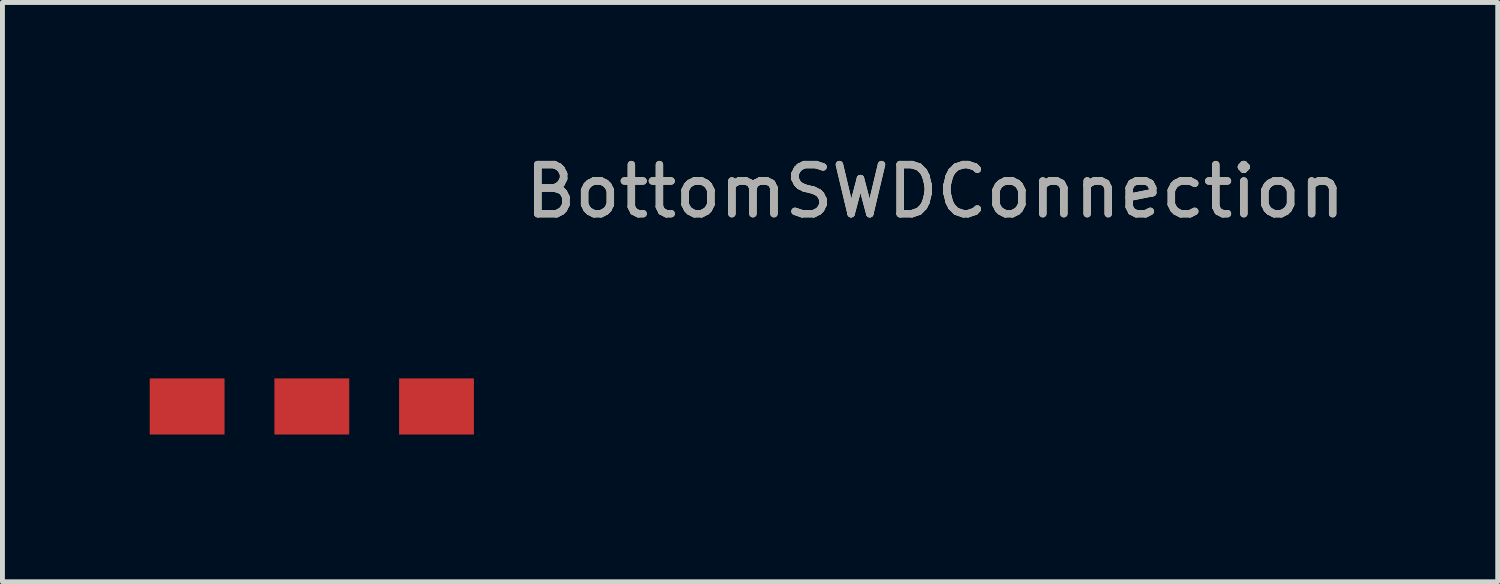
<source format=kicad_pcb>
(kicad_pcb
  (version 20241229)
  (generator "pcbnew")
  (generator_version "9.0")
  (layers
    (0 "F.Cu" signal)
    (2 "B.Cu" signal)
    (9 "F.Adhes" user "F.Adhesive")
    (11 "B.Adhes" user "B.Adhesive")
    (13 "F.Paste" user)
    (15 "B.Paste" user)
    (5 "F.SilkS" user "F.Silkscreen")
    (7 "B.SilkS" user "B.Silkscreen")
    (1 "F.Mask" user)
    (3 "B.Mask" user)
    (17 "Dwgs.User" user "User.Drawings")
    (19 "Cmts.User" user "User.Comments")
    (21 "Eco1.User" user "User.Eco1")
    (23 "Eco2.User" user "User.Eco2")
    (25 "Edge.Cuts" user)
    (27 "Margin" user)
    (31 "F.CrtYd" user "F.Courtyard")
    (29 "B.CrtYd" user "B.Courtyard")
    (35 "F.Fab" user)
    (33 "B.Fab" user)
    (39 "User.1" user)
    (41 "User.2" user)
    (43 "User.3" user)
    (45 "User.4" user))
  (footprint "BottomSWDConnection"
    (layer "F.Cu")
    (at 3.302 4.658)
    (property "Reference" "BottomSWDConnection" (at 12.7 -3.81 0) (unlocked yes) (layer "F.SilkS") (effects (font (size 1 1) (thickness 0.15))))
    (attr smd)
    (fp_text user "${REFERENCE}" (at 12.7 -3.81 0) (unlocked yes) (layer "F.Fab") (effects (font (size 1 1) (thickness 0.15))))
    (pad "1" smd rect (at -2.54 0.572 90) (size 1.143 1.524) (layers "F.Cu" "F.Mask" "F.Paste"))
    (pad "2" smd rect (at 0 0.572 90) (size 1.143 1.524) (layers "F.Cu" "F.Mask" "F.Paste"))
    (pad "3" smd rect (at 2.54 0.572 90) (size 1.143 1.524) (layers "F.Cu" "F.Mask" "F.Paste")))
  (gr_rect
    (start -3 -3)
    (end 27.46 8.801)
    (stroke (width 0.1) (type default))
    (fill no)
    (layer "Edge.Cuts")))
</source>
